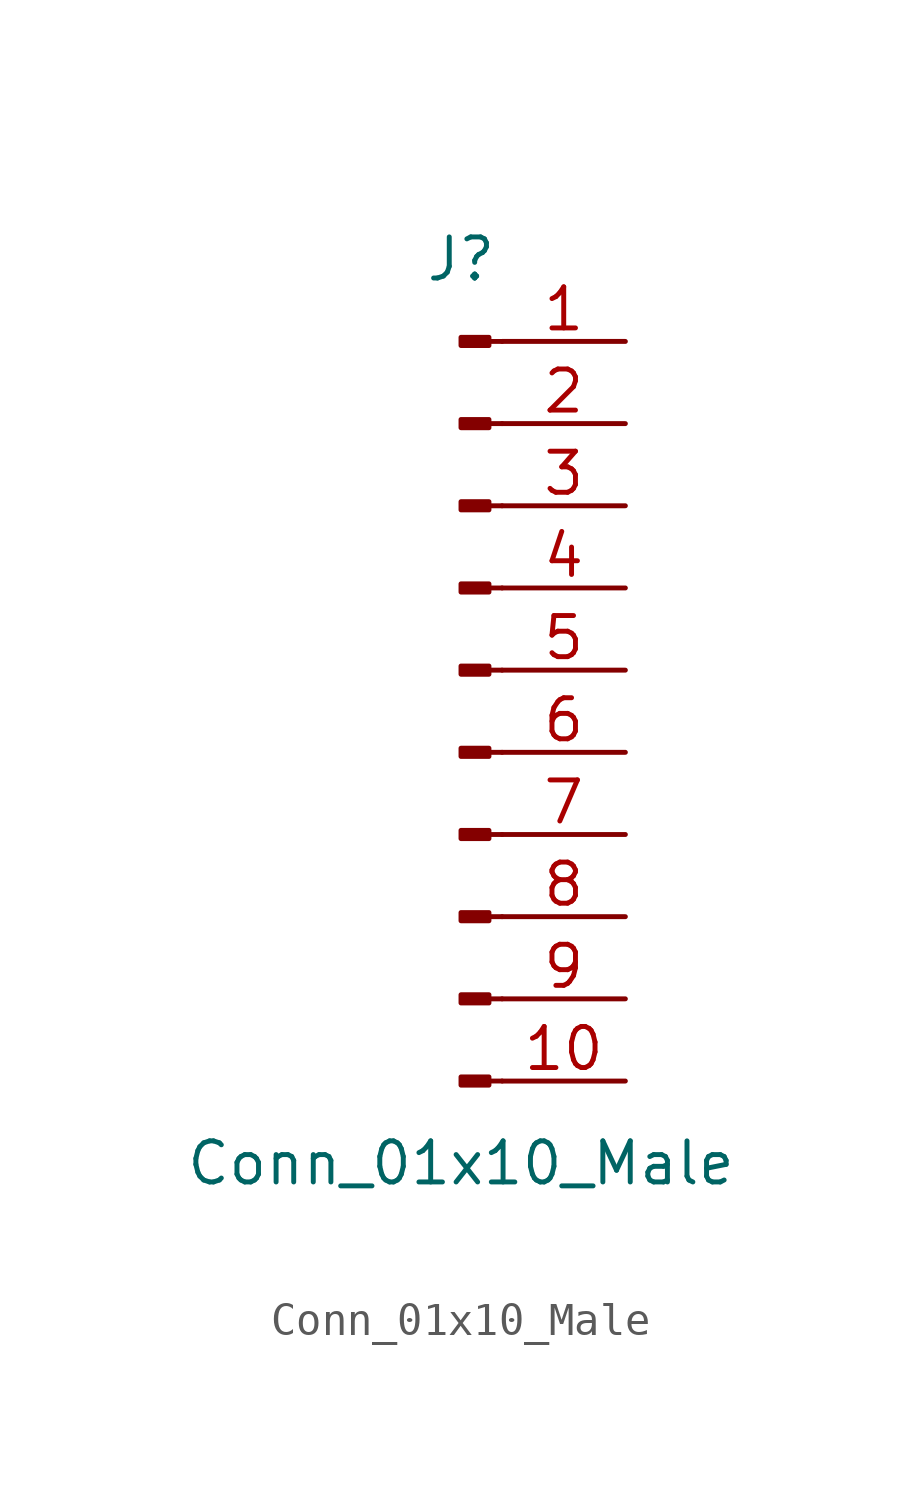
<source format=kicad_sym>
(kicad_symbol_lib
  (version 20210619)
  (generator kicad_symbol_editor)
  (symbol "my_Library:Conn_01x10_Male"
    (pin_names
      (offset 1.016) hide)
    (property "Reference" "J"
      (at 0 12.7 0)
      (effects (font (size 1.27 1.27))))
    (property "Value" "Conn_01x10_Male"
      (at 0 -15.24 0)
      (effects (font (size 1.27 1.27))))
    (symbol "Conn_01x10_Male_1_1"
      (rectangle (start 0.864 -12.573) (end 0 -12.827) (stroke (width 0.152)) (fill (type outline)))
      (rectangle (start 0.864 -10.033) (end 0 -10.287) (stroke (width 0.152)) (fill (type outline)))
      (rectangle (start 0.864 -7.493) (end 0 -7.747) (stroke (width 0.152)) (fill (type outline)))
      (rectangle (start 0.864 -4.953) (end 0 -5.207) (stroke (width 0.152)) (fill (type outline)))
      (rectangle (start 0.864 -2.413) (end 0 -2.667) (stroke (width 0.152)) (fill (type outline)))
      (rectangle (start 0.864 0.127) (end 0 -0.127) (stroke (width 0.152)) (fill (type outline)))
      (rectangle (start 0.864 2.667) (end 0 2.413) (stroke (width 0.152)) (fill (type outline)))
      (rectangle (start 0.864 5.207) (end 0 4.953) (stroke (width 0.152)) (fill (type outline)))
      (rectangle (start 0.864 7.747) (end 0 7.493) (stroke (width 0.152)) (fill (type outline)))
      (rectangle (start 0.864 10.287) (end 0 10.033) (stroke (width 0.152)) (fill (type outline)))
      (polyline (pts (xy 1.27 -12.7) (xy 0.864 -12.7)) (stroke (width 0.152)) (fill (type none)))
      (polyline (pts (xy 1.27 -10.16) (xy 0.864 -10.16)) (stroke (width 0.152)) (fill (type none)))
      (polyline (pts (xy 1.27 -7.62) (xy 0.864 -7.62)) (stroke (width 0.152)) (fill (type none)))
      (polyline (pts (xy 1.27 -5.08) (xy 0.864 -5.08)) (stroke (width 0.152)) (fill (type none)))
      (polyline (pts (xy 1.27 -2.54) (xy 0.864 -2.54)) (stroke (width 0.152)) (fill (type none)))
      (polyline (pts (xy 1.27 0) (xy 0.864 0)) (stroke (width 0.152)) (fill (type none)))
      (polyline (pts (xy 1.27 2.54) (xy 0.864 2.54)) (stroke (width 0.152)) (fill (type none)))
      (polyline (pts (xy 1.27 5.08) (xy 0.864 5.08)) (stroke (width 0.152)) (fill (type none)))
      (polyline (pts (xy 1.27 7.62) (xy 0.864 7.62)) (stroke (width 0.152)) (fill (type none)))
      (polyline (pts (xy 1.27 10.16) (xy 0.864 10.16)) (stroke (width 0.152)) (fill (type none)))
      (pin passive line (at 5.08 10.16 180) (length 3.81) (name "Pin_1" (effects (font (size 1.27 1.27)))) (number "1" (effects (font (size 1.27 1.27)))))
      (pin passive line (at 5.08 -12.7 180) (length 3.81) (name "Pin_10" (effects (font (size 1.27 1.27)))) (number "10" (effects (font (size 1.27 1.27)))))
      (pin passive line (at 5.08 7.62 180) (length 3.81) (name "Pin_2" (effects (font (size 1.27 1.27)))) (number "2" (effects (font (size 1.27 1.27)))))
      (pin passive line (at 5.08 5.08 180) (length 3.81) (name "Pin_3" (effects (font (size 1.27 1.27)))) (number "3" (effects (font (size 1.27 1.27)))))
      (pin passive line (at 5.08 2.54 180) (length 3.81) (name "Pin_4" (effects (font (size 1.27 1.27)))) (number "4" (effects (font (size 1.27 1.27)))))
      (pin passive line (at 5.08 0 180) (length 3.81) (name "Pin_5" (effects (font (size 1.27 1.27)))) (number "5" (effects (font (size 1.27 1.27)))))
      (pin passive line (at 5.08 -2.54 180) (length 3.81) (name "Pin_6" (effects (font (size 1.27 1.27)))) (number "6" (effects (font (size 1.27 1.27)))))
      (pin passive line (at 5.08 -5.08 180) (length 3.81) (name "Pin_7" (effects (font (size 1.27 1.27)))) (number "7" (effects (font (size 1.27 1.27)))))
      (pin passive line (at 5.08 -7.62 180) (length 3.81) (name "Pin_8" (effects (font (size 1.27 1.27)))) (number "8" (effects (font (size 1.27 1.27)))))
      (pin passive line (at 5.08 -10.16 180) (length 3.81) (name "Pin_9" (effects (font (size 1.27 1.27)))) (number "9" (effects (font (size 1.27 1.27))))))))
</source>
